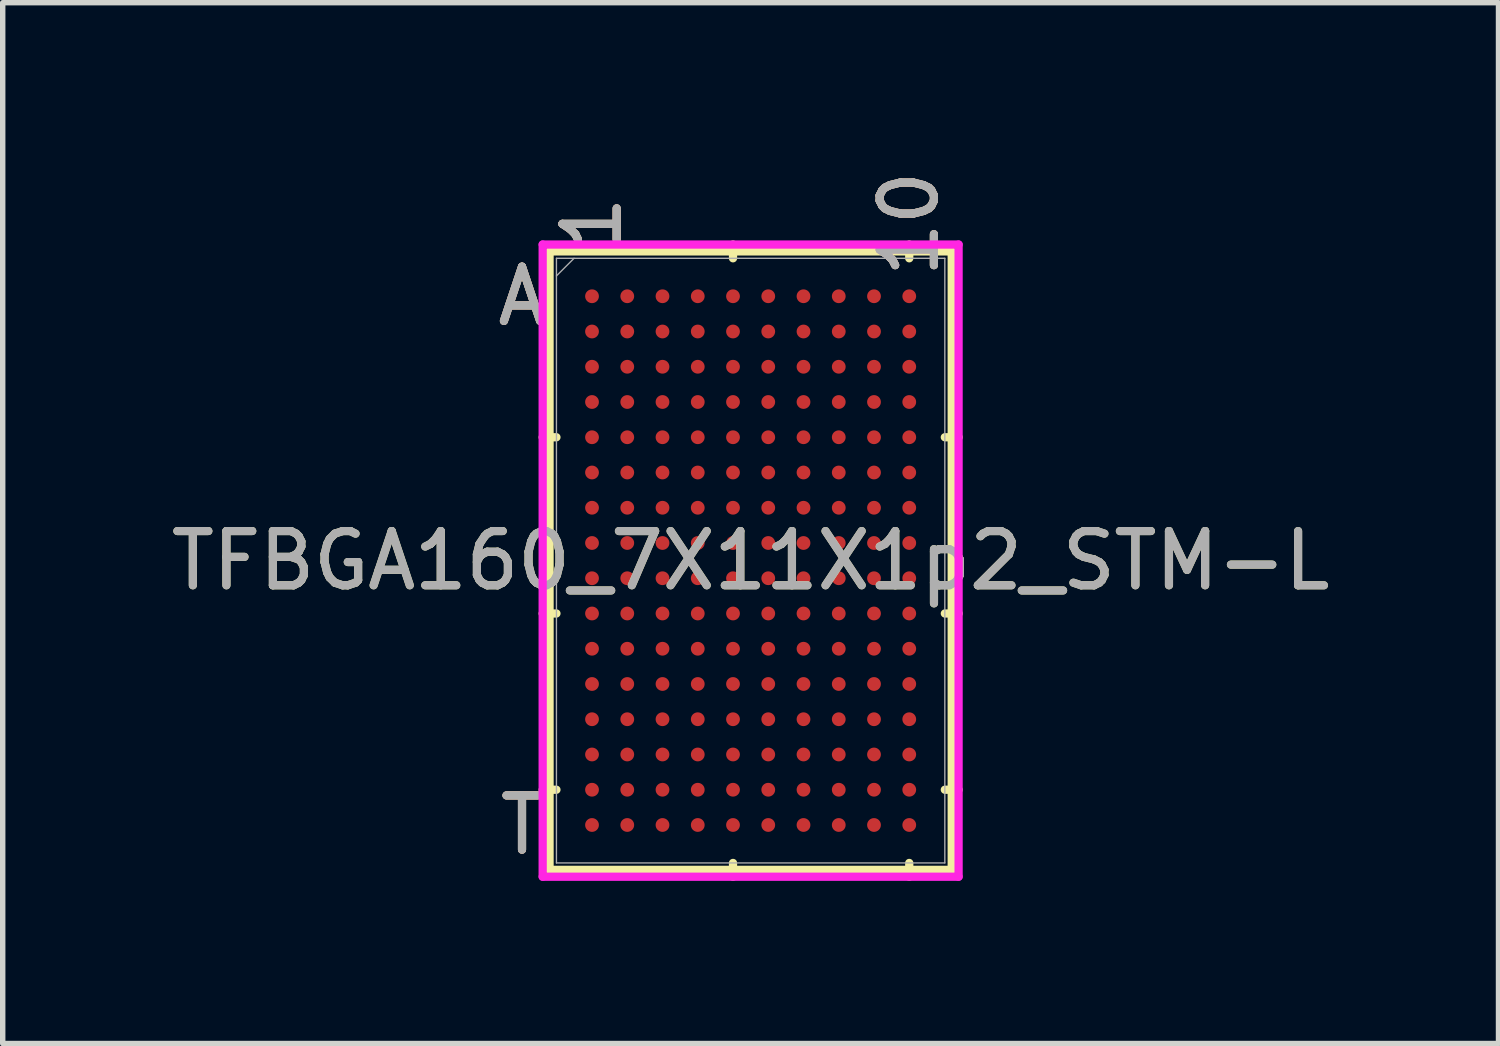
<source format=kicad_pcb>
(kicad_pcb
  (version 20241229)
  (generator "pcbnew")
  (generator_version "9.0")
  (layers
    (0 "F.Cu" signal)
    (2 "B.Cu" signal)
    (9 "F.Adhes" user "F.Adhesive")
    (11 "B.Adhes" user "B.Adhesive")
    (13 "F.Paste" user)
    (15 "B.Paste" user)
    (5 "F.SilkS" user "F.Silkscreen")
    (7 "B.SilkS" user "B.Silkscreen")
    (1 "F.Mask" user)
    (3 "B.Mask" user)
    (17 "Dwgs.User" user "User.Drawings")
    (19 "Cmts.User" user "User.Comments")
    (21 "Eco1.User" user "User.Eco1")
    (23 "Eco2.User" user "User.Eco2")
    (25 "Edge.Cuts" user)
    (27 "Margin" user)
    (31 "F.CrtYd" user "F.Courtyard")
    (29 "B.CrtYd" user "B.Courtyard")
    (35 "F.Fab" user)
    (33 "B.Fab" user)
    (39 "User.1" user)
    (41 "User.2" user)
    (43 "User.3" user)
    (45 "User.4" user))
  (footprint "TFBGA160_7X11X1p2_STM-L"
    (layer "F.Cu")
    (at 10.792 7.288)
    (property "Reference" "TFBGA160_7X11X1p2_STM-L" (at 0 0 0) (unlocked yes) (layer "F.SilkS") (effects (font (size 1 1) (thickness 0.15))))
    (attr smd)
    (fp_line (start -3.708 -5.702) (end -3.708 5.702) (stroke (width 0.152) (type solid)) (layer "F.SilkS"))
    (fp_line (start -3.708 5.702) (end 3.708 5.702) (stroke (width 0.152) (type solid)) (layer "F.SilkS"))
    (fp_line (start -3.581 -2.275) (end -3.835 -2.275) (stroke (width 0.152) (type solid)) (layer "F.SilkS"))
    (fp_line (start -3.581 0.975) (end -3.835 0.975) (stroke (width 0.152) (type solid)) (layer "F.SilkS"))
    (fp_line (start -3.581 4.225) (end -3.835 4.225) (stroke (width 0.152) (type solid)) (layer "F.SilkS"))
    (fp_line (start -0.325 -5.575) (end -0.325 -5.829) (stroke (width 0.152) (type solid)) (layer "F.SilkS"))
    (fp_line (start -0.325 5.575) (end -0.325 5.829) (stroke (width 0.152) (type solid)) (layer "F.SilkS"))
    (fp_line (start 2.925 -5.575) (end 2.925 -5.829) (stroke (width 0.152) (type solid)) (layer "F.SilkS"))
    (fp_line (start 2.925 5.575) (end 2.925 5.829) (stroke (width 0.152) (type solid)) (layer "F.SilkS"))
    (fp_line (start 3.581 -2.275) (end 3.835 -2.275) (stroke (width 0.152) (type solid)) (layer "F.SilkS"))
    (fp_line (start 3.581 0.975) (end 3.835 0.975) (stroke (width 0.152) (type solid)) (layer "F.SilkS"))
    (fp_line (start 3.581 4.225) (end 3.835 4.225) (stroke (width 0.152) (type solid)) (layer "F.SilkS"))
    (fp_line (start 3.708 -5.702) (end -3.708 -5.702) (stroke (width 0.152) (type solid)) (layer "F.SilkS"))
    (fp_line (start 3.708 5.702) (end 3.708 -5.702) (stroke (width 0.152) (type solid)) (layer "F.SilkS"))
    (fp_poly (pts (xy -3.695 -5.644) (xy 3.695 -5.644) (xy 3.695 5.644) (xy -3.695 5.644)) (stroke (width 0.1) (type solid)) (fill no) (layer "Eco2.User"))
    (fp_line (start -3.835 -5.829) (end 3.835 -5.829) (stroke (width 0.152) (type solid)) (layer "F.CrtYd"))
    (fp_line (start -3.835 5.829) (end -3.835 -5.829) (stroke (width 0.152) (type solid)) (layer "F.CrtYd"))
    (fp_line (start 3.835 -5.829) (end 3.835 5.829) (stroke (width 0.152) (type solid)) (layer "F.CrtYd"))
    (fp_line (start 3.835 5.829) (end -3.835 5.829) (stroke (width 0.152) (type solid)) (layer "F.CrtYd"))
    (fp_line (start -3.581 -5.575) (end -3.581 5.575) (stroke (width 0.025) (type solid)) (layer "F.Fab"))
    (fp_line (start -3.581 5.575) (end 3.581 5.575) (stroke (width 0.025) (type solid)) (layer "F.Fab"))
    (fp_line (start -3.256 -5.575) (end -3.581 -5.25) (stroke (width 0.025) (type solid)) (layer "F.Fab"))
    (fp_line (start 3.581 -5.575) (end -3.581 -5.575) (stroke (width 0.025) (type solid)) (layer "F.Fab"))
    (fp_line (start 3.581 5.575) (end 3.581 -5.575) (stroke (width 0.025) (type solid)) (layer "F.Fab"))
    (fp_text user "10" (at 2.925 -6.21 90) (unlocked yes) (layer "F.SilkS") (effects (font (size 1 1) (thickness 0.15))))
    (fp_text user "A" (at -4.216 -4.875 0) (unlocked yes) (layer "F.SilkS") (effects (font (size 1 1) (thickness 0.15))))
    (fp_text user "1" (at -2.925 -6.21 90) (unlocked yes) (layer "F.SilkS") (effects (font (size 1 1) (thickness 0.15))))
    (fp_text user "T" (at -4.216 4.875 0) (unlocked yes) (layer "F.SilkS") (effects (font (size 1 1) (thickness 0.15))))
    (fp_text user "1" (at -2.925 -6.21 90) (unlocked yes) (layer "B.SilkS") (effects (font (size 1 1) (thickness 0.15))))
    (fp_text user "T" (at -4.216 4.875 0) (unlocked yes) (layer "B.SilkS") (effects (font (size 1 1) (thickness 0.15))))
    (fp_text user "10" (at 2.925 -6.21 90) (unlocked yes) (layer "B.SilkS") (effects (font (size 1 1) (thickness 0.15))))
    (fp_text user "A" (at -4.216 -4.875 0) (unlocked yes) (layer "B.SilkS") (effects (font (size 1 1) (thickness 0.15))))
    (fp_text user "1" (at -2.925 -6.21 90) (unlocked yes) (layer "F.Fab") (effects (font (size 1 1) (thickness 0.15))))
    (fp_text user "T" (at -4.216 4.875 0) (unlocked yes) (layer "F.Fab") (effects (font (size 1 1) (thickness 0.15))))
    (fp_text user "10" (at 2.925 -6.21 90) (unlocked yes) (layer "F.Fab") (effects (font (size 1 1) (thickness 0.15))))
    (fp_text user "${REFERENCE}" (at 0 0 0) (unlocked yes) (layer "F.Fab") (effects (font (size 1 1) (thickness 0.15))))
    (fp_text user "A" (at -4.216 -4.875 0) (unlocked yes) (layer "F.Fab") (effects (font (size 1 1) (thickness 0.15))))
    (pad "A1" smd circle (at -2.925 -4.875) (size 0.254 0.254) (layers "F.Cu" "F.Mask" "F.Paste"))
    (pad "A2" smd circle (at -2.275 -4.875) (size 0.254 0.254) (layers "F.Cu" "F.Mask" "F.Paste"))
    (pad "A3" smd circle (at -1.625 -4.875) (size 0.254 0.254) (layers "F.Cu" "F.Mask" "F.Paste"))
    (pad "A4" smd circle (at -0.975 -4.875) (size 0.254 0.254) (layers "F.Cu" "F.Mask" "F.Paste"))
    (pad "A5" smd circle (at -0.325 -4.875) (size 0.254 0.254) (layers "F.Cu" "F.Mask" "F.Paste"))
    (pad "A6" smd circle (at 0.325 -4.875) (size 0.254 0.254) (layers "F.Cu" "F.Mask" "F.Paste"))
    (pad "A7" smd circle (at 0.975 -4.875) (size 0.254 0.254) (layers "F.Cu" "F.Mask" "F.Paste"))
    (pad "A8" smd circle (at 1.625 -4.875) (size 0.254 0.254) (layers "F.Cu" "F.Mask" "F.Paste"))
    (pad "A9" smd circle (at 2.275 -4.875) (size 0.254 0.254) (layers "F.Cu" "F.Mask" "F.Paste"))
    (pad "A10" smd circle (at 2.925 -4.875) (size 0.254 0.254) (layers "F.Cu" "F.Mask" "F.Paste"))
    (pad "B1" smd circle (at -2.925 -4.225) (size 0.254 0.254) (layers "F.Cu" "F.Mask" "F.Paste"))
    (pad "B2" smd circle (at -2.275 -4.225) (size 0.254 0.254) (layers "F.Cu" "F.Mask" "F.Paste"))
    (pad "B3" smd circle (at -1.625 -4.225) (size 0.254 0.254) (layers "F.Cu" "F.Mask" "F.Paste"))
    (pad "B4" smd circle (at -0.975 -4.225) (size 0.254 0.254) (layers "F.Cu" "F.Mask" "F.Paste"))
    (pad "B5" smd circle (at -0.325 -4.225) (size 0.254 0.254) (layers "F.Cu" "F.Mask" "F.Paste"))
    (pad "B6" smd circle (at 0.325 -4.225) (size 0.254 0.254) (layers "F.Cu" "F.Mask" "F.Paste"))
    (pad "B7" smd circle (at 0.975 -4.225) (size 0.254 0.254) (layers "F.Cu" "F.Mask" "F.Paste"))
    (pad "B8" smd circle (at 1.625 -4.225) (size 0.254 0.254) (layers "F.Cu" "F.Mask" "F.Paste"))
    (pad "B9" smd circle (at 2.275 -4.225) (size 0.254 0.254) (layers "F.Cu" "F.Mask" "F.Paste"))
    (pad "B10" smd circle (at 2.925 -4.225) (size 0.254 0.254) (layers "F.Cu" "F.Mask" "F.Paste"))
    (pad "C1" smd circle (at -2.925 -3.575) (size 0.254 0.254) (layers "F.Cu" "F.Mask" "F.Paste"))
    (pad "C2" smd circle (at -2.275 -3.575) (size 0.254 0.254) (layers "F.Cu" "F.Mask" "F.Paste"))
    (pad "C3" smd circle (at -1.625 -3.575) (size 0.254 0.254) (layers "F.Cu" "F.Mask" "F.Paste"))
    (pad "C4" smd circle (at -0.975 -3.575) (size 0.254 0.254) (layers "F.Cu" "F.Mask" "F.Paste"))
    (pad "C5" smd circle (at -0.325 -3.575) (size 0.254 0.254) (layers "F.Cu" "F.Mask" "F.Paste"))
    (pad "C6" smd circle (at 0.325 -3.575) (size 0.254 0.254) (layers "F.Cu" "F.Mask" "F.Paste"))
    (pad "C7" smd circle (at 0.975 -3.575) (size 0.254 0.254) (layers "F.Cu" "F.Mask" "F.Paste"))
    (pad "C8" smd circle (at 1.625 -3.575) (size 0.254 0.254) (layers "F.Cu" "F.Mask" "F.Paste"))
    (pad "C9" smd circle (at 2.275 -3.575) (size 0.254 0.254) (layers "F.Cu" "F.Mask" "F.Paste"))
    (pad "C10" smd circle (at 2.925 -3.575) (size 0.254 0.254) (layers "F.Cu" "F.Mask" "F.Paste"))
    (pad "D1" smd circle (at -2.925 -2.925) (size 0.254 0.254) (layers "F.Cu" "F.Mask" "F.Paste"))
    (pad "D2" smd circle (at -2.275 -2.925) (size 0.254 0.254) (layers "F.Cu" "F.Mask" "F.Paste"))
    (pad "D3" smd circle (at -1.625 -2.925) (size 0.254 0.254) (layers "F.Cu" "F.Mask" "F.Paste"))
    (pad "D4" smd circle (at -0.975 -2.925) (size 0.254 0.254) (layers "F.Cu" "F.Mask" "F.Paste"))
    (pad "D5" smd circle (at -0.325 -2.925) (size 0.254 0.254) (layers "F.Cu" "F.Mask" "F.Paste"))
    (pad "D6" smd circle (at 0.325 -2.925) (size 0.254 0.254) (layers "F.Cu" "F.Mask" "F.Paste"))
    (pad "D7" smd circle (at 0.975 -2.925) (size 0.254 0.254) (layers "F.Cu" "F.Mask" "F.Paste"))
    (pad "D8" smd circle (at 1.625 -2.925) (size 0.254 0.254) (layers "F.Cu" "F.Mask" "F.Paste"))
    (pad "D9" smd circle (at 2.275 -2.925) (size 0.254 0.254) (layers "F.Cu" "F.Mask" "F.Paste"))
    (pad "D10" smd circle (at 2.925 -2.925) (size 0.254 0.254) (layers "F.Cu" "F.Mask" "F.Paste"))
    (pad "E1" smd circle (at -2.925 -2.275) (size 0.254 0.254) (layers "F.Cu" "F.Mask" "F.Paste"))
    (pad "E2" smd circle (at -2.275 -2.275) (size 0.254 0.254) (layers "F.Cu" "F.Mask" "F.Paste"))
    (pad "E3" smd circle (at -1.625 -2.275) (size 0.254 0.254) (layers "F.Cu" "F.Mask" "F.Paste"))
    (pad "E4" smd circle (at -0.975 -2.275) (size 0.254 0.254) (layers "F.Cu" "F.Mask" "F.Paste"))
    (pad "E5" smd circle (at -0.325 -2.275) (size 0.254 0.254) (layers "F.Cu" "F.Mask" "F.Paste"))
    (pad "E6" smd circle (at 0.325 -2.275) (size 0.254 0.254) (layers "F.Cu" "F.Mask" "F.Paste"))
    (pad "E7" smd circle (at 0.975 -2.275) (size 0.254 0.254) (layers "F.Cu" "F.Mask" "F.Paste"))
    (pad "E8" smd circle (at 1.625 -2.275) (size 0.254 0.254) (layers "F.Cu" "F.Mask" "F.Paste"))
    (pad "E9" smd circle (at 2.275 -2.275) (size 0.254 0.254) (layers "F.Cu" "F.Mask" "F.Paste"))
    (pad "E10" smd circle (at 2.925 -2.275) (size 0.254 0.254) (layers "F.Cu" "F.Mask" "F.Paste"))
    (pad "F1" smd circle (at -2.925 -1.625) (size 0.254 0.254) (layers "F.Cu" "F.Mask" "F.Paste"))
    (pad "F2" smd circle (at -2.275 -1.625) (size 0.254 0.254) (layers "F.Cu" "F.Mask" "F.Paste"))
    (pad "F3" smd circle (at -1.625 -1.625) (size 0.254 0.254) (layers "F.Cu" "F.Mask" "F.Paste"))
    (pad "F4" smd circle (at -0.975 -1.625) (size 0.254 0.254) (layers "F.Cu" "F.Mask" "F.Paste"))
    (pad "F5" smd circle (at -0.325 -1.625) (size 0.254 0.254) (layers "F.Cu" "F.Mask" "F.Paste"))
    (pad "F6" smd circle (at 0.325 -1.625) (size 0.254 0.254) (layers "F.Cu" "F.Mask" "F.Paste"))
    (pad "F7" smd circle (at 0.975 -1.625) (size 0.254 0.254) (layers "F.Cu" "F.Mask" "F.Paste"))
    (pad "F8" smd circle (at 1.625 -1.625) (size 0.254 0.254) (layers "F.Cu" "F.Mask" "F.Paste"))
    (pad "F9" smd circle (at 2.275 -1.625) (size 0.254 0.254) (layers "F.Cu" "F.Mask" "F.Paste"))
    (pad "F10" smd circle (at 2.925 -1.625) (size 0.254 0.254) (layers "F.Cu" "F.Mask" "F.Paste"))
    (pad "G1" smd circle (at -2.925 -0.975) (size 0.254 0.254) (layers "F.Cu" "F.Mask" "F.Paste"))
    (pad "G2" smd circle (at -2.275 -0.975) (size 0.254 0.254) (layers "F.Cu" "F.Mask" "F.Paste"))
    (pad "G3" smd circle (at -1.625 -0.975) (size 0.254 0.254) (layers "F.Cu" "F.Mask" "F.Paste"))
    (pad "G4" smd circle (at -0.975 -0.975) (size 0.254 0.254) (layers "F.Cu" "F.Mask" "F.Paste"))
    (pad "G5" smd circle (at -0.325 -0.975) (size 0.254 0.254) (layers "F.Cu" "F.Mask" "F.Paste"))
    (pad "G6" smd circle (at 0.325 -0.975) (size 0.254 0.254) (layers "F.Cu" "F.Mask" "F.Paste"))
    (pad "G7" smd circle (at 0.975 -0.975) (size 0.254 0.254) (layers "F.Cu" "F.Mask" "F.Paste"))
    (pad "G8" smd circle (at 1.625 -0.975) (size 0.254 0.254) (layers "F.Cu" "F.Mask" "F.Paste"))
    (pad "G9" smd circle (at 2.275 -0.975) (size 0.254 0.254) (layers "F.Cu" "F.Mask" "F.Paste"))
    (pad "G10" smd circle (at 2.925 -0.975) (size 0.254 0.254) (layers "F.Cu" "F.Mask" "F.Paste"))
    (pad "H1" smd circle (at -2.925 -0.325) (size 0.254 0.254) (layers "F.Cu" "F.Mask" "F.Paste"))
    (pad "H2" smd circle (at -2.275 -0.325) (size 0.254 0.254) (layers "F.Cu" "F.Mask" "F.Paste"))
    (pad "H3" smd circle (at -1.625 -0.325) (size 0.254 0.254) (layers "F.Cu" "F.Mask" "F.Paste"))
    (pad "H4" smd circle (at -0.975 -0.325) (size 0.254 0.254) (layers "F.Cu" "F.Mask" "F.Paste"))
    (pad "H5" smd circle (at -0.325 -0.325) (size 0.254 0.254) (layers "F.Cu" "F.Mask" "F.Paste"))
    (pad "H6" smd circle (at 0.325 -0.325) (size 0.254 0.254) (layers "F.Cu" "F.Mask" "F.Paste"))
    (pad "H7" smd circle (at 0.975 -0.325) (size 0.254 0.254) (layers "F.Cu" "F.Mask" "F.Paste"))
    (pad "H8" smd circle (at 1.625 -0.325) (size 0.254 0.254) (layers "F.Cu" "F.Mask" "F.Paste"))
    (pad "H9" smd circle (at 2.275 -0.325) (size 0.254 0.254) (layers "F.Cu" "F.Mask" "F.Paste"))
    (pad "H10" smd circle (at 2.925 -0.325) (size 0.254 0.254) (layers "F.Cu" "F.Mask" "F.Paste"))
    (pad "J1" smd circle (at -2.925 0.325) (size 0.254 0.254) (layers "F.Cu" "F.Mask" "F.Paste"))
    (pad "J2" smd circle (at -2.275 0.325) (size 0.254 0.254) (layers "F.Cu" "F.Mask" "F.Paste"))
    (pad "J3" smd circle (at -1.625 0.325) (size 0.254 0.254) (layers "F.Cu" "F.Mask" "F.Paste"))
    (pad "J4" smd circle (at -0.975 0.325) (size 0.254 0.254) (layers "F.Cu" "F.Mask" "F.Paste"))
    (pad "J5" smd circle (at -0.325 0.325) (size 0.254 0.254) (layers "F.Cu" "F.Mask" "F.Paste"))
    (pad "J6" smd circle (at 0.325 0.325) (size 0.254 0.254) (layers "F.Cu" "F.Mask" "F.Paste"))
    (pad "J7" smd circle (at 0.975 0.325) (size 0.254 0.254) (layers "F.Cu" "F.Mask" "F.Paste"))
    (pad "J8" smd circle (at 1.625 0.325) (size 0.254 0.254) (layers "F.Cu" "F.Mask" "F.Paste"))
    (pad "J9" smd circle (at 2.275 0.325) (size 0.254 0.254) (layers "F.Cu" "F.Mask" "F.Paste"))
    (pad "J10" smd circle (at 2.925 0.325) (size 0.254 0.254) (layers "F.Cu" "F.Mask" "F.Paste"))
    (pad "K1" smd circle (at -2.925 0.975) (size 0.254 0.254) (layers "F.Cu" "F.Mask" "F.Paste"))
    (pad "K2" smd circle (at -2.275 0.975) (size 0.254 0.254) (layers "F.Cu" "F.Mask" "F.Paste"))
    (pad "K3" smd circle (at -1.625 0.975) (size 0.254 0.254) (layers "F.Cu" "F.Mask" "F.Paste"))
    (pad "K4" smd circle (at -0.975 0.975) (size 0.254 0.254) (layers "F.Cu" "F.Mask" "F.Paste"))
    (pad "K5" smd circle (at -0.325 0.975) (size 0.254 0.254) (layers "F.Cu" "F.Mask" "F.Paste"))
    (pad "K6" smd circle (at 0.325 0.975) (size 0.254 0.254) (layers "F.Cu" "F.Mask" "F.Paste"))
    (pad "K7" smd circle (at 0.975 0.975) (size 0.254 0.254) (layers "F.Cu" "F.Mask" "F.Paste"))
    (pad "K8" smd circle (at 1.625 0.975) (size 0.254 0.254) (layers "F.Cu" "F.Mask" "F.Paste"))
    (pad "K9" smd circle (at 2.275 0.975) (size 0.254 0.254) (layers "F.Cu" "F.Mask" "F.Paste"))
    (pad "K10" smd circle (at 2.925 0.975) (size 0.254 0.254) (layers "F.Cu" "F.Mask" "F.Paste"))
    (pad "L1" smd circle (at -2.925 1.625) (size 0.254 0.254) (layers "F.Cu" "F.Mask" "F.Paste"))
    (pad "L2" smd circle (at -2.275 1.625) (size 0.254 0.254) (layers "F.Cu" "F.Mask" "F.Paste"))
    (pad "L3" smd circle (at -1.625 1.625) (size 0.254 0.254) (layers "F.Cu" "F.Mask" "F.Paste"))
    (pad "L4" smd circle (at -0.975 1.625) (size 0.254 0.254) (layers "F.Cu" "F.Mask" "F.Paste"))
    (pad "L5" smd circle (at -0.325 1.625) (size 0.254 0.254) (layers "F.Cu" "F.Mask" "F.Paste"))
    (pad "L6" smd circle (at 0.325 1.625) (size 0.254 0.254) (layers "F.Cu" "F.Mask" "F.Paste"))
    (pad "L7" smd circle (at 0.975 1.625) (size 0.254 0.254) (layers "F.Cu" "F.Mask" "F.Paste"))
    (pad "L8" smd circle (at 1.625 1.625) (size 0.254 0.254) (layers "F.Cu" "F.Mask" "F.Paste"))
    (pad "L9" smd circle (at 2.275 1.625) (size 0.254 0.254) (layers "F.Cu" "F.Mask" "F.Paste"))
    (pad "L10" smd circle (at 2.925 1.625) (size 0.254 0.254) (layers "F.Cu" "F.Mask" "F.Paste"))
    (pad "M1" smd circle (at -2.925 2.275) (size 0.254 0.254) (layers "F.Cu" "F.Mask" "F.Paste"))
    (pad "M2" smd circle (at -2.275 2.275) (size 0.254 0.254) (layers "F.Cu" "F.Mask" "F.Paste"))
    (pad "M3" smd circle (at -1.625 2.275) (size 0.254 0.254) (layers "F.Cu" "F.Mask" "F.Paste"))
    (pad "M4" smd circle (at -0.975 2.275) (size 0.254 0.254) (layers "F.Cu" "F.Mask" "F.Paste"))
    (pad "M5" smd circle (at -0.325 2.275) (size 0.254 0.254) (layers "F.Cu" "F.Mask" "F.Paste"))
    (pad "M6" smd circle (at 0.325 2.275) (size 0.254 0.254) (layers "F.Cu" "F.Mask" "F.Paste"))
    (pad "M7" smd circle (at 0.975 2.275) (size 0.254 0.254) (layers "F.Cu" "F.Mask" "F.Paste"))
    (pad "M8" smd circle (at 1.625 2.275) (size 0.254 0.254) (layers "F.Cu" "F.Mask" "F.Paste"))
    (pad "M9" smd circle (at 2.275 2.275) (size 0.254 0.254) (layers "F.Cu" "F.Mask" "F.Paste"))
    (pad "M10" smd circle (at 2.925 2.275) (size 0.254 0.254) (layers "F.Cu" "F.Mask" "F.Paste"))
    (pad "N1" smd circle (at -2.925 2.925) (size 0.254 0.254) (layers "F.Cu" "F.Mask" "F.Paste"))
    (pad "N2" smd circle (at -2.275 2.925) (size 0.254 0.254) (layers "F.Cu" "F.Mask" "F.Paste"))
    (pad "N3" smd circle (at -1.625 2.925) (size 0.254 0.254) (layers "F.Cu" "F.Mask" "F.Paste"))
    (pad "N4" smd circle (at -0.975 2.925) (size 0.254 0.254) (layers "F.Cu" "F.Mask" "F.Paste"))
    (pad "N5" smd circle (at -0.325 2.925) (size 0.254 0.254) (layers "F.Cu" "F.Mask" "F.Paste"))
    (pad "N6" smd circle (at 0.325 2.925) (size 0.254 0.254) (layers "F.Cu" "F.Mask" "F.Paste"))
    (pad "N7" smd circle (at 0.975 2.925) (size 0.254 0.254) (layers "F.Cu" "F.Mask" "F.Paste"))
    (pad "N8" smd circle (at 1.625 2.925) (size 0.254 0.254) (layers "F.Cu" "F.Mask" "F.Paste"))
    (pad "N9" smd circle (at 2.275 2.925) (size 0.254 0.254) (layers "F.Cu" "F.Mask" "F.Paste"))
    (pad "N10" smd circle (at 2.925 2.925) (size 0.254 0.254) (layers "F.Cu" "F.Mask" "F.Paste"))
    (pad "P1" smd circle (at -2.925 3.575) (size 0.254 0.254) (layers "F.Cu" "F.Mask" "F.Paste"))
    (pad "P2" smd circle (at -2.275 3.575) (size 0.254 0.254) (layers "F.Cu" "F.Mask" "F.Paste"))
    (pad "P3" smd circle (at -1.625 3.575) (size 0.254 0.254) (layers "F.Cu" "F.Mask" "F.Paste"))
    (pad "P4" smd circle (at -0.975 3.575) (size 0.254 0.254) (layers "F.Cu" "F.Mask" "F.Paste"))
    (pad "P5" smd circle (at -0.325 3.575) (size 0.254 0.254) (layers "F.Cu" "F.Mask" "F.Paste"))
    (pad "P6" smd circle (at 0.325 3.575) (size 0.254 0.254) (layers "F.Cu" "F.Mask" "F.Paste"))
    (pad "P7" smd circle (at 0.975 3.575) (size 0.254 0.254) (layers "F.Cu" "F.Mask" "F.Paste"))
    (pad "P8" smd circle (at 1.625 3.575) (size 0.254 0.254) (layers "F.Cu" "F.Mask" "F.Paste"))
    (pad "P9" smd circle (at 2.275 3.575) (size 0.254 0.254) (layers "F.Cu" "F.Mask" "F.Paste"))
    (pad "P10" smd circle (at 2.925 3.575) (size 0.254 0.254) (layers "F.Cu" "F.Mask" "F.Paste"))
    (pad "R1" smd circle (at -2.925 4.225) (size 0.254 0.254) (layers "F.Cu" "F.Mask" "F.Paste"))
    (pad "R2" smd circle (at -2.275 4.225) (size 0.254 0.254) (layers "F.Cu" "F.Mask" "F.Paste"))
    (pad "R3" smd circle (at -1.625 4.225) (size 0.254 0.254) (layers "F.Cu" "F.Mask" "F.Paste"))
    (pad "R4" smd circle (at -0.975 4.225) (size 0.254 0.254) (layers "F.Cu" "F.Mask" "F.Paste"))
    (pad "R5" smd circle (at -0.325 4.225) (size 0.254 0.254) (layers "F.Cu" "F.Mask" "F.Paste"))
    (pad "R6" smd circle (at 0.325 4.225) (size 0.254 0.254) (layers "F.Cu" "F.Mask" "F.Paste"))
    (pad "R7" smd circle (at 0.975 4.225) (size 0.254 0.254) (layers "F.Cu" "F.Mask" "F.Paste"))
    (pad "R8" smd circle (at 1.625 4.225) (size 0.254 0.254) (layers "F.Cu" "F.Mask" "F.Paste"))
    (pad "R9" smd circle (at 2.275 4.225) (size 0.254 0.254) (layers "F.Cu" "F.Mask" "F.Paste"))
    (pad "R10" smd circle (at 2.925 4.225) (size 0.254 0.254) (layers "F.Cu" "F.Mask" "F.Paste"))
    (pad "T1" smd circle (at -2.925 4.875) (size 0.254 0.254) (layers "F.Cu" "F.Mask" "F.Paste"))
    (pad "T2" smd circle (at -2.275 4.875) (size 0.254 0.254) (layers "F.Cu" "F.Mask" "F.Paste"))
    (pad "T3" smd circle (at -1.625 4.875) (size 0.254 0.254) (layers "F.Cu" "F.Mask" "F.Paste"))
    (pad "T4" smd circle (at -0.975 4.875) (size 0.254 0.254) (layers "F.Cu" "F.Mask" "F.Paste"))
    (pad "T5" smd circle (at -0.325 4.875) (size 0.254 0.254) (layers "F.Cu" "F.Mask" "F.Paste"))
    (pad "T6" smd circle (at 0.325 4.875) (size 0.254 0.254) (layers "F.Cu" "F.Mask" "F.Paste"))
    (pad "T7" smd circle (at 0.975 4.875) (size 0.254 0.254) (layers "F.Cu" "F.Mask" "F.Paste"))
    (pad "T8" smd circle (at 1.625 4.875) (size 0.254 0.254) (layers "F.Cu" "F.Mask" "F.Paste"))
    (pad "T9" smd circle (at 2.275 4.875) (size 0.254 0.254) (layers "F.Cu" "F.Mask" "F.Paste"))
    (pad "T10" smd circle (at 2.925 4.875) (size 0.254 0.254) (layers "F.Cu" "F.Mask" "F.Paste")))
  (gr_rect
    (start -3 -3)
    (end 24.583 16.193)
    (stroke (width 0.1) (type default))
    (fill no)
    (layer "Edge.Cuts")))
</source>
